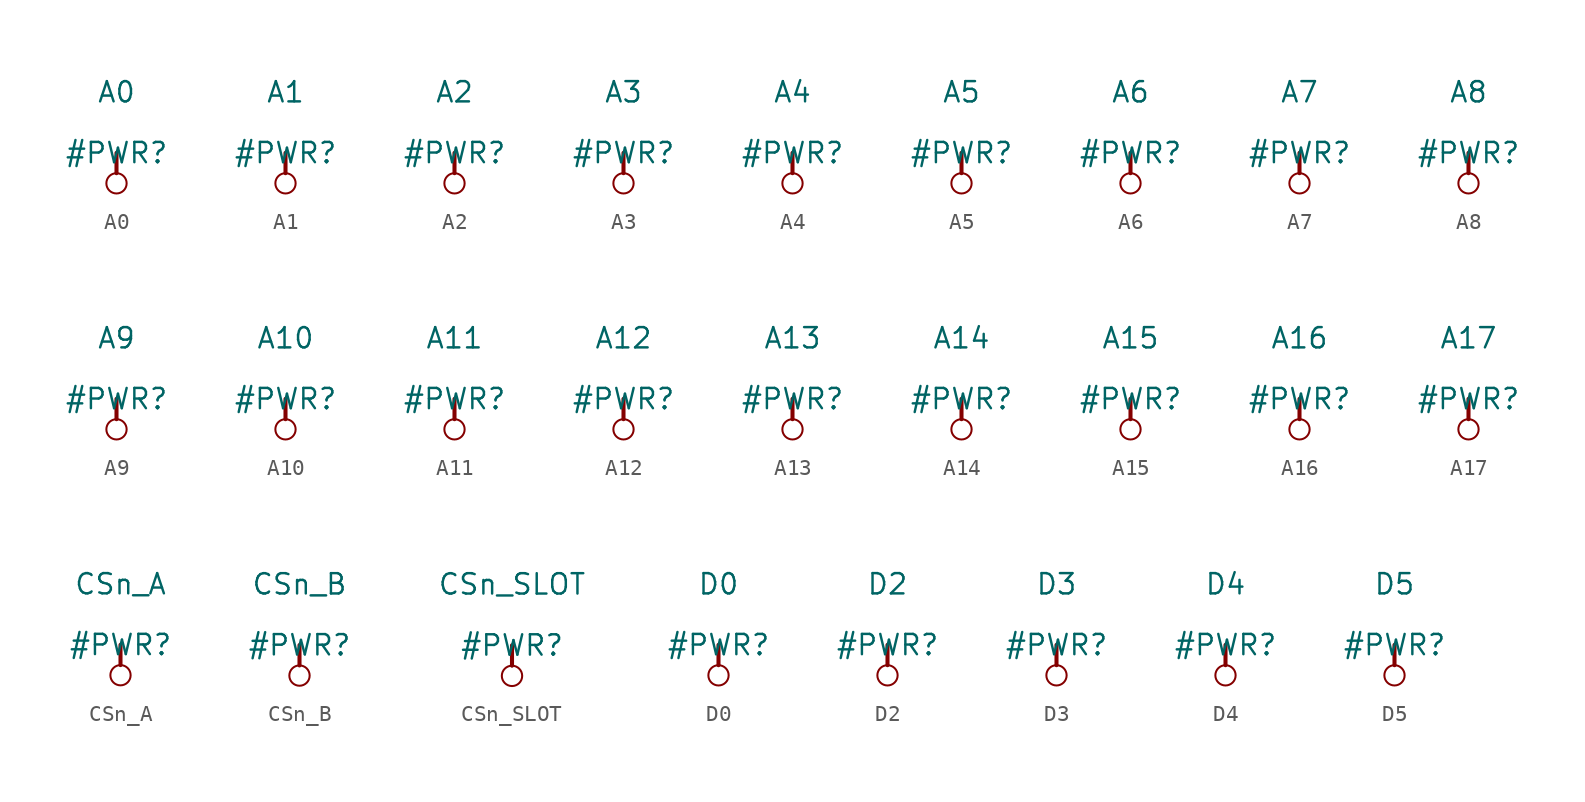
<source format=kicad_sym>
(kicad_symbol_lib
  (version 20231120)
  (generator "kicad_symbol_editor")
  (generator_version "7.99")
  (symbol "A0"
    (power)
    (property "Reference" "#PWR"
      (at 0 0 0)
      (effects (font (size 1.27 1.27))))
    (property "Value" "A0"
      (at 0 3.81 0)
      (effects (font (size 1.27 1.27))))
    (symbol "A0_0_0"
      (circle (center 0 -1.905) (radius 0.635) (stroke (width 0.127) (type solid)) (fill (type none)))
      (polyline (pts (xy 0 0) (xy 0 -1.27)) (stroke (width 0.254) (type solid)) (fill (type none)))
      (pin power_in line (at 0 0 0) (length 0) hide (name "A0" (effects (font (size 1.27 1.27)))) (number "" (effects (font (size 1.27 1.27)))))))
  (symbol "A1"
    (power)
    (property "Reference" "#PWR"
      (at 0 0 0)
      (effects (font (size 1.27 1.27))))
    (property "Value" "A1"
      (at 0 3.81 0)
      (effects (font (size 1.27 1.27))))
    (symbol "A1_0_0"
      (circle (center 0 -1.905) (radius 0.635) (stroke (width 0.127) (type solid)) (fill (type none)))
      (polyline (pts (xy 0 0) (xy 0 -1.27)) (stroke (width 0.254) (type solid)) (fill (type none)))
      (pin power_in line (at 0 0 0) (length 0) hide (name "A1" (effects (font (size 1.27 1.27)))) (number "" (effects (font (size 1.27 1.27)))))))
  (symbol "A2"
    (power)
    (property "Reference" "#PWR"
      (at 0 0 0)
      (effects (font (size 1.27 1.27))))
    (property "Value" "A2"
      (at 0 3.81 0)
      (effects (font (size 1.27 1.27))))
    (symbol "A2_0_0"
      (circle (center 0 -1.905) (radius 0.635) (stroke (width 0.127) (type solid)) (fill (type none)))
      (polyline (pts (xy 0 0) (xy 0 -1.27)) (stroke (width 0.254) (type solid)) (fill (type none)))
      (pin power_in line (at 0 0 0) (length 0) hide (name "A2" (effects (font (size 1.27 1.27)))) (number "" (effects (font (size 1.27 1.27)))))))
  (symbol "A3"
    (power)
    (property "Reference" "#PWR"
      (at 0 0 0)
      (effects (font (size 1.27 1.27))))
    (property "Value" "A3"
      (at 0 3.81 0)
      (effects (font (size 1.27 1.27))))
    (symbol "A3_0_0"
      (circle (center 0 -1.905) (radius 0.635) (stroke (width 0.127) (type solid)) (fill (type none)))
      (polyline (pts (xy 0 0) (xy 0 -1.27)) (stroke (width 0.254) (type solid)) (fill (type none)))
      (pin power_in line (at 0 0 0) (length 0) hide (name "A3" (effects (font (size 1.27 1.27)))) (number "" (effects (font (size 1.27 1.27)))))))
  (symbol "A4"
    (power)
    (property "Reference" "#PWR"
      (at 0 0 0)
      (effects (font (size 1.27 1.27))))
    (property "Value" "A4"
      (at 0 3.81 0)
      (effects (font (size 1.27 1.27))))
    (symbol "A4_0_0"
      (circle (center 0 -1.905) (radius 0.635) (stroke (width 0.127) (type solid)) (fill (type none)))
      (polyline (pts (xy 0 0) (xy 0 -1.27)) (stroke (width 0.254) (type solid)) (fill (type none)))
      (pin power_in line (at 0 0 0) (length 0) hide (name "A4" (effects (font (size 1.27 1.27)))) (number "" (effects (font (size 1.27 1.27)))))))
  (symbol "A5"
    (power)
    (property "Reference" "#PWR"
      (at 0 0 0)
      (effects (font (size 1.27 1.27))))
    (property "Value" "A5"
      (at 0 3.81 0)
      (effects (font (size 1.27 1.27))))
    (symbol "A5_0_0"
      (circle (center 0 -1.905) (radius 0.635) (stroke (width 0.127) (type solid)) (fill (type none)))
      (polyline (pts (xy 0 0) (xy 0 -1.27)) (stroke (width 0.254) (type solid)) (fill (type none)))
      (pin power_in line (at 0 0 0) (length 0) hide (name "A5" (effects (font (size 1.27 1.27)))) (number "" (effects (font (size 1.27 1.27)))))))
  (symbol "A6"
    (power)
    (property "Reference" "#PWR"
      (at 0 0 0)
      (effects (font (size 1.27 1.27))))
    (property "Value" "A6"
      (at 0 3.81 0)
      (effects (font (size 1.27 1.27))))
    (symbol "A6_0_0"
      (circle (center 0 -1.905) (radius 0.635) (stroke (width 0.127) (type solid)) (fill (type none)))
      (polyline (pts (xy 0 0) (xy 0 -1.27)) (stroke (width 0.254) (type solid)) (fill (type none)))
      (pin power_in line (at 0 0 0) (length 0) hide (name "A6" (effects (font (size 1.27 1.27)))) (number "" (effects (font (size 1.27 1.27)))))))
  (symbol "A7"
    (power)
    (property "Reference" "#PWR"
      (at 0 0 0)
      (effects (font (size 1.27 1.27))))
    (property "Value" "A7"
      (at 0 3.81 0)
      (effects (font (size 1.27 1.27))))
    (symbol "A7_0_0"
      (circle (center 0 -1.905) (radius 0.635) (stroke (width 0.127) (type solid)) (fill (type none)))
      (polyline (pts (xy 0 0) (xy 0 -1.27)) (stroke (width 0.254) (type solid)) (fill (type none)))
      (pin power_in line (at 0 0 0) (length 0) hide (name "A7" (effects (font (size 1.27 1.27)))) (number "" (effects (font (size 1.27 1.27)))))))
  (symbol "A8"
    (power)
    (property "Reference" "#PWR"
      (at 0 0 0)
      (effects (font (size 1.27 1.27))))
    (property "Value" "A8"
      (at 0 3.81 0)
      (effects (font (size 1.27 1.27))))
    (symbol "A8_0_0"
      (circle (center 0 -1.905) (radius 0.635) (stroke (width 0.127) (type solid)) (fill (type none)))
      (polyline (pts (xy 0 0) (xy 0 -1.27)) (stroke (width 0.254) (type solid)) (fill (type none)))
      (pin power_in line (at 0 0 0) (length 0) hide (name "A8" (effects (font (size 1.27 1.27)))) (number "" (effects (font (size 1.27 1.27)))))))
  (symbol "A9"
    (power)
    (property "Reference" "#PWR"
      (at 0 0 0)
      (effects (font (size 1.27 1.27))))
    (property "Value" "A9"
      (at 0 3.81 0)
      (effects (font (size 1.27 1.27))))
    (symbol "A9_0_0"
      (circle (center 0 -1.905) (radius 0.635) (stroke (width 0.127) (type solid)) (fill (type none)))
      (polyline (pts (xy 0 0) (xy 0 -1.27)) (stroke (width 0.254) (type solid)) (fill (type none)))
      (pin power_in line (at 0 0 0) (length 0) hide (name "A9" (effects (font (size 1.27 1.27)))) (number "" (effects (font (size 1.27 1.27)))))))
  (symbol "A10"
    (power)
    (property "Reference" "#PWR"
      (at 0 0 0)
      (effects (font (size 1.27 1.27))))
    (property "Value" "A10"
      (at 0 3.81 0)
      (effects (font (size 1.27 1.27))))
    (symbol "A10_0_0"
      (circle (center 0 -1.905) (radius 0.635) (stroke (width 0.127) (type solid)) (fill (type none)))
      (polyline (pts (xy 0 0) (xy 0 -1.27)) (stroke (width 0.254) (type solid)) (fill (type none)))
      (pin power_in line (at 0 0 0) (length 0) hide (name "A10" (effects (font (size 1.27 1.27)))) (number "" (effects (font (size 1.27 1.27)))))))
  (symbol "A11"
    (power)
    (property "Reference" "#PWR"
      (at 0 0 0)
      (effects (font (size 1.27 1.27))))
    (property "Value" "A11"
      (at 0 3.81 0)
      (effects (font (size 1.27 1.27))))
    (symbol "A11_0_0"
      (circle (center 0 -1.905) (radius 0.635) (stroke (width 0.127) (type solid)) (fill (type none)))
      (polyline (pts (xy 0 0) (xy 0 -1.27)) (stroke (width 0.254) (type solid)) (fill (type none)))
      (pin power_in line (at 0 0 0) (length 0) hide (name "A11" (effects (font (size 1.27 1.27)))) (number "" (effects (font (size 1.27 1.27)))))))
  (symbol "A12"
    (power)
    (property "Reference" "#PWR"
      (at 0 0 0)
      (effects (font (size 1.27 1.27))))
    (property "Value" "A12"
      (at 0 3.81 0)
      (effects (font (size 1.27 1.27))))
    (symbol "A12_0_0"
      (circle (center 0 -1.905) (radius 0.635) (stroke (width 0.127) (type solid)) (fill (type none)))
      (polyline (pts (xy 0 0) (xy 0 -1.27)) (stroke (width 0.254) (type solid)) (fill (type none)))
      (pin power_in line (at 0 0 0) (length 0) hide (name "A12" (effects (font (size 1.27 1.27)))) (number "" (effects (font (size 1.27 1.27)))))))
  (symbol "A13"
    (power)
    (property "Reference" "#PWR"
      (at 0 0 0)
      (effects (font (size 1.27 1.27))))
    (property "Value" "A13"
      (at 0 3.81 0)
      (effects (font (size 1.27 1.27))))
    (symbol "A13_0_0"
      (circle (center 0 -1.905) (radius 0.635) (stroke (width 0.127) (type solid)) (fill (type none)))
      (polyline (pts (xy 0 0) (xy 0 -1.27)) (stroke (width 0.254) (type solid)) (fill (type none)))
      (pin power_in line (at 0 0 0) (length 0) hide (name "A13" (effects (font (size 1.27 1.27)))) (number "" (effects (font (size 1.27 1.27)))))))
  (symbol "A14"
    (power)
    (property "Reference" "#PWR"
      (at 0 0 0)
      (effects (font (size 1.27 1.27))))
    (property "Value" "A14"
      (at 0 3.81 0)
      (effects (font (size 1.27 1.27))))
    (symbol "A14_0_0"
      (circle (center 0 -1.905) (radius 0.635) (stroke (width 0.127) (type solid)) (fill (type none)))
      (polyline (pts (xy 0 0) (xy 0 -1.27)) (stroke (width 0.254) (type solid)) (fill (type none)))
      (pin power_in line (at 0 0 0) (length 0) hide (name "A14" (effects (font (size 1.27 1.27)))) (number "" (effects (font (size 1.27 1.27)))))))
  (symbol "A15"
    (power)
    (property "Reference" "#PWR"
      (at 0 0 0)
      (effects (font (size 1.27 1.27))))
    (property "Value" "A15"
      (at 0 3.81 0)
      (effects (font (size 1.27 1.27))))
    (symbol "A15_0_0"
      (circle (center 0 -1.905) (radius 0.635) (stroke (width 0.127) (type solid)) (fill (type none)))
      (polyline (pts (xy 0 0) (xy 0 -1.27)) (stroke (width 0.254) (type solid)) (fill (type none)))
      (pin power_in line (at 0 0 0) (length 0) hide (name "A15" (effects (font (size 1.27 1.27)))) (number "" (effects (font (size 1.27 1.27)))))))
  (symbol "A16"
    (power)
    (property "Reference" "#PWR"
      (at 0 0 0)
      (effects (font (size 1.27 1.27))))
    (property "Value" "A16"
      (at 0 3.81 0)
      (effects (font (size 1.27 1.27))))
    (symbol "A16_0_0"
      (circle (center 0 -1.905) (radius 0.635) (stroke (width 0.127) (type solid)) (fill (type none)))
      (polyline (pts (xy 0 0) (xy 0 -1.27)) (stroke (width 0.254) (type solid)) (fill (type none)))
      (pin power_in line (at 0 0 0) (length 0) hide (name "A16" (effects (font (size 1.27 1.27)))) (number "" (effects (font (size 1.27 1.27)))))))
  (symbol "A17"
    (power)
    (property "Reference" "#PWR"
      (at 0 0 0)
      (effects (font (size 1.27 1.27))))
    (property "Value" "A17"
      (at 0 3.81 0)
      (effects (font (size 1.27 1.27))))
    (symbol "A17_0_0"
      (circle (center 0 -1.905) (radius 0.635) (stroke (width 0.127) (type solid)) (fill (type none)))
      (polyline (pts (xy 0 0) (xy 0 -1.27)) (stroke (width 0.254) (type solid)) (fill (type none)))
      (pin power_in line (at 0 0 0) (length 0) hide (name "A17" (effects (font (size 1.27 1.27)))) (number "" (effects (font (size 1.27 1.27)))))))
  (symbol "CSn_A"
    (power)
    (property "Reference" "#PWR"
      (at 0 0 0)
      (effects (font (size 1.27 1.27))))
    (property "Value" "CSn_A"
      (at 0 3.81 0)
      (effects (font (size 1.27 1.27))))
    (symbol "CSn_A_0_0"
      (circle (center 0 -1.905) (radius 0.635) (stroke (width 0.127) (type solid)) (fill (type none)))
      (polyline (pts (xy 0 0) (xy 0 -1.27)) (stroke (width 0.254) (type solid)) (fill (type none)))
      (pin power_in line (at 0 0 0) (length 0) hide (name "CSn_A" (effects (font (size 1.27 1.27)))) (number "" (effects (font (size 1.27 1.27)))))))
  (symbol "CSn_B"
    (power)
    (property "Reference" "#PWR"
      (at 0 0 0)
      (effects (font (size 1.27 1.27))))
    (property "Value" "CSn_B"
      (at 0 3.81 0)
      (effects (font (size 1.27 1.27))))
    (symbol "CSn_B_0_0"
      (circle (center 0 -1.905) (radius 0.635) (stroke (width 0.127) (type solid)) (fill (type none)))
      (polyline (pts (xy 0 0) (xy 0 -1.27)) (stroke (width 0.254) (type solid)) (fill (type none)))
      (pin power_in line (at 0 0 0) (length 0) hide (name "CSn_B" (effects (font (size 1.27 1.27)))) (number "" (effects (font (size 1.27 1.27)))))))
  (symbol "CSn_SLOT"
    (power)
    (property "Reference" "#PWR"
      (at 0 0 0)
      (effects (font (size 1.27 1.27))))
    (property "Value" "CSn_SLOT"
      (at 0 3.81 0)
      (effects (font (size 1.27 1.27))))
    (symbol "CSn_SLOT_0_0"
      (circle (center 0 -1.905) (radius 0.635) (stroke (width 0.127) (type solid)) (fill (type none)))
      (polyline (pts (xy 0 0) (xy 0 -1.27)) (stroke (width 0.254) (type solid)) (fill (type none)))
      (pin power_in line (at 0 0 0) (length 0) hide (name "CSn_SLOT" (effects (font (size 1.27 1.27)))) (number "" (effects (font (size 1.27 1.27)))))))
  (symbol "D0"
    (power)
    (property "Reference" "#PWR"
      (at 0 0 0)
      (effects (font (size 1.27 1.27))))
    (property "Value" "D0"
      (at 0 3.81 0)
      (effects (font (size 1.27 1.27))))
    (symbol "D0_0_0"
      (circle (center 0 -1.905) (radius 0.635) (stroke (width 0.127) (type solid)) (fill (type none)))
      (polyline (pts (xy 0 0) (xy 0 -1.27)) (stroke (width 0.254) (type solid)) (fill (type none)))
      (pin power_in line (at 0 0 0) (length 0) hide (name "D0" (effects (font (size 1.27 1.27)))) (number "" (effects (font (size 1.27 1.27)))))))
  (symbol "D2"
    (power)
    (property "Reference" "#PWR"
      (at 0 0 0)
      (effects (font (size 1.27 1.27))))
    (property "Value" "D2"
      (at 0 3.81 0)
      (effects (font (size 1.27 1.27))))
    (symbol "D2_0_0"
      (circle (center 0 -1.905) (radius 0.635) (stroke (width 0.127) (type solid)) (fill (type none)))
      (polyline (pts (xy 0 0) (xy 0 -1.27)) (stroke (width 0.254) (type solid)) (fill (type none)))
      (pin power_in line (at 0 0 0) (length 0) hide (name "D2" (effects (font (size 1.27 1.27)))) (number "" (effects (font (size 1.27 1.27)))))))
  (symbol "D3"
    (power)
    (property "Reference" "#PWR"
      (at 0 0 0)
      (effects (font (size 1.27 1.27))))
    (property "Value" "D3"
      (at 0 3.81 0)
      (effects (font (size 1.27 1.27))))
    (symbol "D3_0_0"
      (circle (center 0 -1.905) (radius 0.635) (stroke (width 0.127) (type solid)) (fill (type none)))
      (polyline (pts (xy 0 0) (xy 0 -1.27)) (stroke (width 0.254) (type solid)) (fill (type none)))
      (pin power_in line (at 0 0 0) (length 0) hide (name "D3" (effects (font (size 1.27 1.27)))) (number "" (effects (font (size 1.27 1.27)))))))
  (symbol "D4"
    (power)
    (property "Reference" "#PWR"
      (at 0 0 0)
      (effects (font (size 1.27 1.27))))
    (property "Value" "D4"
      (at 0 3.81 0)
      (effects (font (size 1.27 1.27))))
    (symbol "D4_0_0"
      (circle (center 0 -1.905) (radius 0.635) (stroke (width 0.127) (type solid)) (fill (type none)))
      (polyline (pts (xy 0 0) (xy 0 -1.27)) (stroke (width 0.254) (type solid)) (fill (type none)))
      (pin power_in line (at 0 0 0) (length 0) hide (name "D4" (effects (font (size 1.27 1.27)))) (number "" (effects (font (size 1.27 1.27)))))))
  (symbol "D5"
    (power)
    (property "Reference" "#PWR"
      (at 0 0 0)
      (effects (font (size 1.27 1.27))))
    (property "Value" "D5"
      (at 0 3.81 0)
      (effects (font (size 1.27 1.27))))
    (symbol "D5_0_0"
      (circle (center 0 -1.905) (radius 0.635) (stroke (width 0.127) (type solid)) (fill (type none)))
      (polyline (pts (xy 0 0) (xy 0 -1.27)) (stroke (width 0.254) (type solid)) (fill (type none)))
      (pin power_in line (at 0 0 0) (length 0) hide (name "D5" (effects (font (size 1.27 1.27)))) (number "" (effects (font (size 1.27 1.27))))))))
</source>
